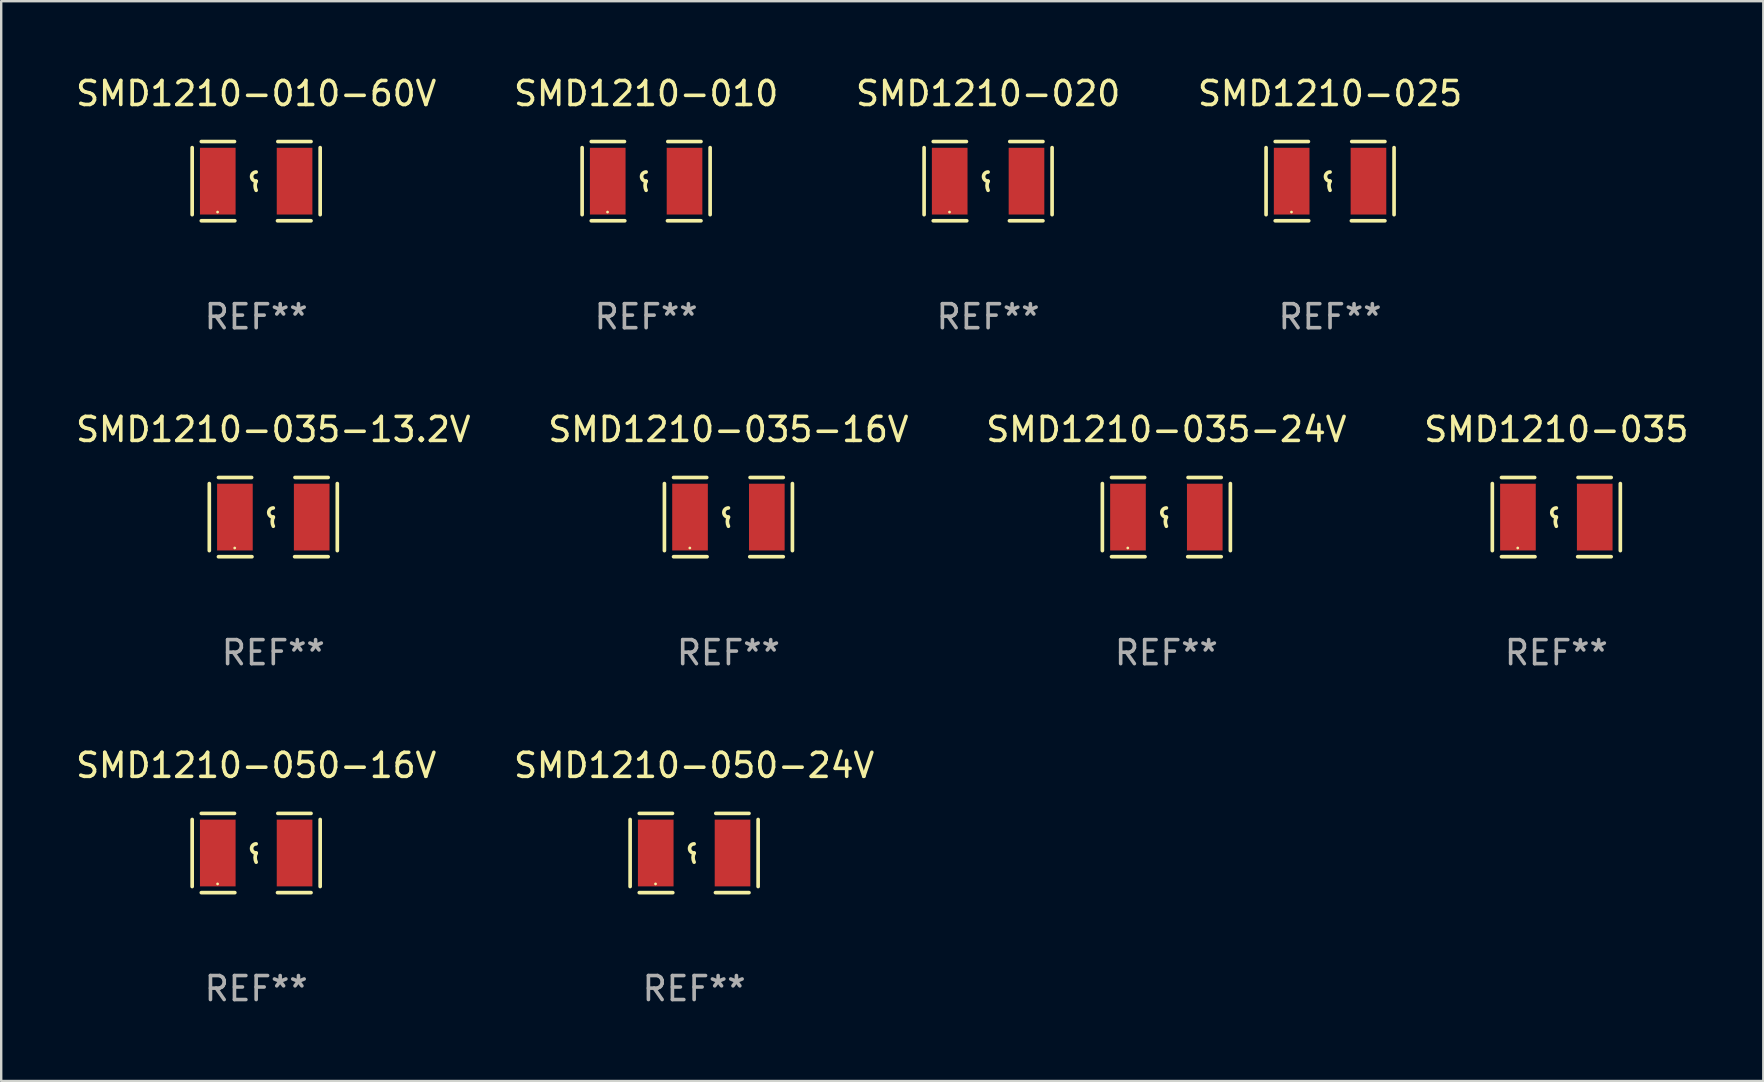
<source format=kicad_pcb>
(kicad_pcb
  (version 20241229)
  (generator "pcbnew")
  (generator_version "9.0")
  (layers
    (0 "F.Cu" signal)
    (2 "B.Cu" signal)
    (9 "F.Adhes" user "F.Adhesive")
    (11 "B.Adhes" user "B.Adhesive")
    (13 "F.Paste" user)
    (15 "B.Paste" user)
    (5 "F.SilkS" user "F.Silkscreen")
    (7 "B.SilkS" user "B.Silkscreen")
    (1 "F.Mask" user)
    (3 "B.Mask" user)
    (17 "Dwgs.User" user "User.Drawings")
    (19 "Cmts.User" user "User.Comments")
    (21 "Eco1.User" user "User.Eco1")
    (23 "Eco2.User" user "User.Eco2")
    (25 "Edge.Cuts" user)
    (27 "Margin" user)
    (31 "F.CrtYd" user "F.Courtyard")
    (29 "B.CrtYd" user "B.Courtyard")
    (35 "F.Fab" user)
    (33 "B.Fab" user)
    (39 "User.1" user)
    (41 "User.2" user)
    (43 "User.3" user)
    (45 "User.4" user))
  (footprint "SMD1210-035-24V"
    (layer "F.Cu")
    (at 45.554 18.498)
    (property "Reference" "SMD1210-035-24V" (at 0 -3.651 0) (layer "F.SilkS") (effects (font (size 1 1) (thickness 0.15))))
    (attr through_hole)
    (fp_line (start -2.667 -1.397) (end -2.667 1.397) (stroke (width 0.152) (type solid)) (layer "F.SilkS"))
    (fp_line (start -2.286 -1.651) (end -0.903 -1.651) (stroke (width 0.152) (type solid)) (layer "F.SilkS"))
    (fp_line (start -0.889 1.651) (end -2.286 1.651) (stroke (width 0.152) (type solid)) (layer "F.SilkS"))
    (fp_line (start 0.889 1.651) (end 2.286 1.651) (stroke (width 0.152) (type solid)) (layer "F.SilkS"))
    (fp_line (start 2.286 -1.651) (end 0.903 -1.651) (stroke (width 0.152) (type solid)) (layer "F.SilkS"))
    (fp_line (start 2.667 -1.397) (end 2.667 1.397) (stroke (width 0.152) (type solid)) (layer "F.SilkS"))
    (fp_arc (start 0 0) (mid -0.1905 -0.1905) (end 0 -0.381) (stroke (width 0.151994) (type solid)) (layer "F.SilkS"))
    (fp_arc (start 0 0.381001) (mid -0.044971 0.1905) (end 0 0) (stroke (width 0.151994) (type solid)) (layer "F.SilkS"))
    (fp_circle (center -1.608 1.288) (end -1.578 1.288) (stroke (width 0.06) (type solid)) (fill no) (layer "F.SilkS"))
    (fp_text user "REF**" (at 0 5.651 0) (layer "F.Fab") (effects (font (size 1 1) (thickness 0.15))))
    (pad "1" smd rect (at -1.6 0) (size 1.485 2.781) (layers "F.Cu" "F.Mask" "F.Paste"))
    (pad "2" smd rect (at 1.6 0) (size 1.485 2.781) (layers "F.Cu" "F.Mask" "F.Paste")))
  (footprint "SMD1210-035-13.2V"
    (layer "F.Cu")
    (at 8.339 18.498)
    (property "Reference" "SMD1210-035-13.2V" (at 0 -3.651 0) (layer "F.SilkS") (effects (font (size 1 1) (thickness 0.15))))
    (attr through_hole)
    (fp_line (start -2.667 -1.397) (end -2.667 1.397) (stroke (width 0.152) (type solid)) (layer "F.SilkS"))
    (fp_line (start -2.286 -1.651) (end -0.903 -1.651) (stroke (width 0.152) (type solid)) (layer "F.SilkS"))
    (fp_line (start -0.889 1.651) (end -2.286 1.651) (stroke (width 0.152) (type solid)) (layer "F.SilkS"))
    (fp_line (start 0.889 1.651) (end 2.286 1.651) (stroke (width 0.152) (type solid)) (layer "F.SilkS"))
    (fp_line (start 2.286 -1.651) (end 0.903 -1.651) (stroke (width 0.152) (type solid)) (layer "F.SilkS"))
    (fp_line (start 2.667 -1.397) (end 2.667 1.397) (stroke (width 0.152) (type solid)) (layer "F.SilkS"))
    (fp_arc (start 0 0) (mid -0.1905 -0.1905) (end 0 -0.381) (stroke (width 0.151994) (type solid)) (layer "F.SilkS"))
    (fp_arc (start 0 0.381001) (mid -0.044971 0.1905) (end 0 0) (stroke (width 0.151994) (type solid)) (layer "F.SilkS"))
    (fp_circle (center -1.608 1.288) (end -1.578 1.288) (stroke (width 0.06) (type solid)) (fill no) (layer "F.SilkS"))
    (fp_text user "REF**" (at 0 5.651 0) (layer "F.Fab") (effects (font (size 1 1) (thickness 0.15))))
    (pad "1" smd rect (at -1.6 0) (size 1.485 2.781) (layers "F.Cu" "F.Mask" "F.Paste"))
    (pad "2" smd rect (at 1.6 0) (size 1.485 2.781) (layers "F.Cu" "F.Mask" "F.Paste")))
  (footprint "SMD1210-010"
    (layer "F.Cu")
    (at 23.875 4.499)
    (property "Reference" "SMD1210-010" (at 0 -3.651 0) (layer "F.SilkS") (effects (font (size 1 1) (thickness 0.15))))
    (attr through_hole)
    (fp_line (start -2.667 -1.397) (end -2.667 1.397) (stroke (width 0.152) (type solid)) (layer "F.SilkS"))
    (fp_line (start -2.286 -1.651) (end -0.903 -1.651) (stroke (width 0.152) (type solid)) (layer "F.SilkS"))
    (fp_line (start -0.889 1.651) (end -2.286 1.651) (stroke (width 0.152) (type solid)) (layer "F.SilkS"))
    (fp_line (start 0.889 1.651) (end 2.286 1.651) (stroke (width 0.152) (type solid)) (layer "F.SilkS"))
    (fp_line (start 2.286 -1.651) (end 0.903 -1.651) (stroke (width 0.152) (type solid)) (layer "F.SilkS"))
    (fp_line (start 2.667 -1.397) (end 2.667 1.397) (stroke (width 0.152) (type solid)) (layer "F.SilkS"))
    (fp_arc (start 0 0) (mid -0.1905 -0.1905) (end 0 -0.381) (stroke (width 0.151994) (type solid)) (layer "F.SilkS"))
    (fp_arc (start 0 0.381001) (mid -0.044971 0.1905) (end 0 0) (stroke (width 0.151994) (type solid)) (layer "F.SilkS"))
    (fp_circle (center -1.608 1.288) (end -1.578 1.288) (stroke (width 0.06) (type solid)) (fill no) (layer "F.SilkS"))
    (fp_text user "REF**" (at 0 5.651 0) (layer "F.Fab") (effects (font (size 1 1) (thickness 0.15))))
    (pad "1" smd rect (at -1.6 0) (size 1.485 2.781) (layers "F.Cu" "F.Mask" "F.Paste"))
    (pad "2" smd rect (at 1.6 0) (size 1.485 2.781) (layers "F.Cu" "F.Mask" "F.Paste")))
  (footprint "SMD1210-035-16V"
    (layer "F.Cu")
    (at 27.304 18.498)
    (property "Reference" "SMD1210-035-16V" (at 0 -3.651 0) (layer "F.SilkS") (effects (font (size 1 1) (thickness 0.15))))
    (attr through_hole)
    (fp_line (start -2.667 -1.397) (end -2.667 1.397) (stroke (width 0.152) (type solid)) (layer "F.SilkS"))
    (fp_line (start -2.286 -1.651) (end -0.903 -1.651) (stroke (width 0.152) (type solid)) (layer "F.SilkS"))
    (fp_line (start -0.889 1.651) (end -2.286 1.651) (stroke (width 0.152) (type solid)) (layer "F.SilkS"))
    (fp_line (start 0.889 1.651) (end 2.286 1.651) (stroke (width 0.152) (type solid)) (layer "F.SilkS"))
    (fp_line (start 2.286 -1.651) (end 0.903 -1.651) (stroke (width 0.152) (type solid)) (layer "F.SilkS"))
    (fp_line (start 2.667 -1.397) (end 2.667 1.397) (stroke (width 0.152) (type solid)) (layer "F.SilkS"))
    (fp_arc (start 0 0) (mid -0.1905 -0.1905) (end 0 -0.381) (stroke (width 0.151994) (type solid)) (layer "F.SilkS"))
    (fp_arc (start 0 0.381001) (mid -0.044971 0.1905) (end 0 0) (stroke (width 0.151994) (type solid)) (layer "F.SilkS"))
    (fp_circle (center -1.608 1.288) (end -1.578 1.288) (stroke (width 0.06) (type solid)) (fill no) (layer "F.SilkS"))
    (fp_text user "REF**" (at 0 5.651 0) (layer "F.Fab") (effects (font (size 1 1) (thickness 0.15))))
    (pad "1" smd rect (at -1.6 0) (size 1.485 2.781) (layers "F.Cu" "F.Mask" "F.Paste"))
    (pad "2" smd rect (at 1.6 0) (size 1.485 2.781) (layers "F.Cu" "F.Mask" "F.Paste")))
  (footprint "SMD1210-025"
    (layer "F.Cu")
    (at 52.375 4.499)
    (property "Reference" "SMD1210-025" (at 0 -3.651 0) (layer "F.SilkS") (effects (font (size 1 1) (thickness 0.15))))
    (attr through_hole)
    (fp_line (start -2.667 -1.397) (end -2.667 1.397) (stroke (width 0.152) (type solid)) (layer "F.SilkS"))
    (fp_line (start -2.286 -1.651) (end -0.903 -1.651) (stroke (width 0.152) (type solid)) (layer "F.SilkS"))
    (fp_line (start -0.889 1.651) (end -2.286 1.651) (stroke (width 0.152) (type solid)) (layer "F.SilkS"))
    (fp_line (start 0.889 1.651) (end 2.286 1.651) (stroke (width 0.152) (type solid)) (layer "F.SilkS"))
    (fp_line (start 2.286 -1.651) (end 0.903 -1.651) (stroke (width 0.152) (type solid)) (layer "F.SilkS"))
    (fp_line (start 2.667 -1.397) (end 2.667 1.397) (stroke (width 0.152) (type solid)) (layer "F.SilkS"))
    (fp_arc (start 0 0) (mid -0.1905 -0.1905) (end 0 -0.381) (stroke (width 0.151994) (type solid)) (layer "F.SilkS"))
    (fp_arc (start 0 0.381001) (mid -0.044971 0.1905) (end 0 0) (stroke (width 0.151994) (type solid)) (layer "F.SilkS"))
    (fp_circle (center -1.608 1.288) (end -1.578 1.288) (stroke (width 0.06) (type solid)) (fill no) (layer "F.SilkS"))
    (fp_text user "REF**" (at 0 5.651 0) (layer "F.Fab") (effects (font (size 1 1) (thickness 0.15))))
    (pad "1" smd rect (at -1.6 0) (size 1.485 2.781) (layers "F.Cu" "F.Mask" "F.Paste"))
    (pad "2" smd rect (at 1.6 0) (size 1.485 2.781) (layers "F.Cu" "F.Mask" "F.Paste")))
  (footprint "SMD1210-050-16V"
    (layer "F.Cu")
    (at 7.625 32.496)
    (property "Reference" "SMD1210-050-16V" (at 0 -3.651 0) (layer "F.SilkS") (effects (font (size 1 1) (thickness 0.15))))
    (attr through_hole)
    (fp_line (start -2.667 -1.397) (end -2.667 1.397) (stroke (width 0.152) (type solid)) (layer "F.SilkS"))
    (fp_line (start -2.286 -1.651) (end -0.903 -1.651) (stroke (width 0.152) (type solid)) (layer "F.SilkS"))
    (fp_line (start -0.889 1.651) (end -2.286 1.651) (stroke (width 0.152) (type solid)) (layer "F.SilkS"))
    (fp_line (start 0.889 1.651) (end 2.286 1.651) (stroke (width 0.152) (type solid)) (layer "F.SilkS"))
    (fp_line (start 2.286 -1.651) (end 0.903 -1.651) (stroke (width 0.152) (type solid)) (layer "F.SilkS"))
    (fp_line (start 2.667 -1.397) (end 2.667 1.397) (stroke (width 0.152) (type solid)) (layer "F.SilkS"))
    (fp_arc (start 0 0) (mid -0.1905 -0.1905) (end 0 -0.381) (stroke (width 0.151994) (type solid)) (layer "F.SilkS"))
    (fp_arc (start 0 0.381001) (mid -0.044971 0.1905) (end 0 0) (stroke (width 0.151994) (type solid)) (layer "F.SilkS"))
    (fp_circle (center -1.608 1.288) (end -1.578 1.288) (stroke (width 0.06) (type solid)) (fill no) (layer "F.SilkS"))
    (fp_text user "REF**" (at 0 5.651 0) (layer "F.Fab") (effects (font (size 1 1) (thickness 0.15))))
    (pad "1" smd rect (at -1.6 0) (size 1.485 2.781) (layers "F.Cu" "F.Mask" "F.Paste"))
    (pad "2" smd rect (at 1.6 0) (size 1.485 2.781) (layers "F.Cu" "F.Mask" "F.Paste")))
  (footprint "SMD1210-035"
    (layer "F.Cu")
    (at 61.804 18.498)
    (property "Reference" "SMD1210-035" (at 0 -3.651 0) (layer "F.SilkS") (effects (font (size 1 1) (thickness 0.15))))
    (attr through_hole)
    (fp_line (start -2.667 -1.397) (end -2.667 1.397) (stroke (width 0.152) (type solid)) (layer "F.SilkS"))
    (fp_line (start -2.286 -1.651) (end -0.903 -1.651) (stroke (width 0.152) (type solid)) (layer "F.SilkS"))
    (fp_line (start -0.889 1.651) (end -2.286 1.651) (stroke (width 0.152) (type solid)) (layer "F.SilkS"))
    (fp_line (start 0.889 1.651) (end 2.286 1.651) (stroke (width 0.152) (type solid)) (layer "F.SilkS"))
    (fp_line (start 2.286 -1.651) (end 0.903 -1.651) (stroke (width 0.152) (type solid)) (layer "F.SilkS"))
    (fp_line (start 2.667 -1.397) (end 2.667 1.397) (stroke (width 0.152) (type solid)) (layer "F.SilkS"))
    (fp_arc (start 0 0) (mid -0.1905 -0.1905) (end 0 -0.381) (stroke (width 0.151994) (type solid)) (layer "F.SilkS"))
    (fp_arc (start 0 0.381001) (mid -0.044971 0.1905) (end 0 0) (stroke (width 0.151994) (type solid)) (layer "F.SilkS"))
    (fp_circle (center -1.608 1.288) (end -1.578 1.288) (stroke (width 0.06) (type solid)) (fill no) (layer "F.SilkS"))
    (fp_text user "REF**" (at 0 5.651 0) (layer "F.Fab") (effects (font (size 1 1) (thickness 0.15))))
    (pad "1" smd rect (at -1.6 0) (size 1.485 2.781) (layers "F.Cu" "F.Mask" "F.Paste"))
    (pad "2" smd rect (at 1.6 0) (size 1.485 2.781) (layers "F.Cu" "F.Mask" "F.Paste")))
  (footprint "SMD1210-050-24V"
    (layer "F.Cu")
    (at 25.875 32.496)
    (property "Reference" "SMD1210-050-24V" (at 0 -3.651 0) (layer "F.SilkS") (effects (font (size 1 1) (thickness 0.15))))
    (attr through_hole)
    (fp_line (start -2.667 -1.397) (end -2.667 1.397) (stroke (width 0.152) (type solid)) (layer "F.SilkS"))
    (fp_line (start -2.286 -1.651) (end -0.903 -1.651) (stroke (width 0.152) (type solid)) (layer "F.SilkS"))
    (fp_line (start -0.889 1.651) (end -2.286 1.651) (stroke (width 0.152) (type solid)) (layer "F.SilkS"))
    (fp_line (start 0.889 1.651) (end 2.286 1.651) (stroke (width 0.152) (type solid)) (layer "F.SilkS"))
    (fp_line (start 2.286 -1.651) (end 0.903 -1.651) (stroke (width 0.152) (type solid)) (layer "F.SilkS"))
    (fp_line (start 2.667 -1.397) (end 2.667 1.397) (stroke (width 0.152) (type solid)) (layer "F.SilkS"))
    (fp_arc (start 0 0) (mid -0.1905 -0.1905) (end 0 -0.381) (stroke (width 0.151994) (type solid)) (layer "F.SilkS"))
    (fp_arc (start 0 0.381001) (mid -0.044971 0.1905) (end 0 0) (stroke (width 0.151994) (type solid)) (layer "F.SilkS"))
    (fp_circle (center -1.608 1.288) (end -1.578 1.288) (stroke (width 0.06) (type solid)) (fill no) (layer "F.SilkS"))
    (fp_text user "REF**" (at 0 5.651 0) (layer "F.Fab") (effects (font (size 1 1) (thickness 0.15))))
    (pad "1" smd rect (at -1.6 0) (size 1.485 2.781) (layers "F.Cu" "F.Mask" "F.Paste"))
    (pad "2" smd rect (at 1.6 0) (size 1.485 2.781) (layers "F.Cu" "F.Mask" "F.Paste")))
  (footprint "SMD1210-010-60V"
    (layer "F.Cu")
    (at 7.625 4.499)
    (property "Reference" "SMD1210-010-60V" (at 0 -3.651 0) (layer "F.SilkS") (effects (font (size 1 1) (thickness 0.15))))
    (attr through_hole)
    (fp_line (start -2.667 -1.397) (end -2.667 1.397) (stroke (width 0.152) (type solid)) (layer "F.SilkS"))
    (fp_line (start -2.286 -1.651) (end -0.903 -1.651) (stroke (width 0.152) (type solid)) (layer "F.SilkS"))
    (fp_line (start -0.889 1.651) (end -2.286 1.651) (stroke (width 0.152) (type solid)) (layer "F.SilkS"))
    (fp_line (start 0.889 1.651) (end 2.286 1.651) (stroke (width 0.152) (type solid)) (layer "F.SilkS"))
    (fp_line (start 2.286 -1.651) (end 0.903 -1.651) (stroke (width 0.152) (type solid)) (layer "F.SilkS"))
    (fp_line (start 2.667 -1.397) (end 2.667 1.397) (stroke (width 0.152) (type solid)) (layer "F.SilkS"))
    (fp_arc (start 0 0) (mid -0.1905 -0.1905) (end 0 -0.381) (stroke (width 0.151994) (type solid)) (layer "F.SilkS"))
    (fp_arc (start 0 0.381001) (mid -0.044971 0.1905) (end 0 0) (stroke (width 0.151994) (type solid)) (layer "F.SilkS"))
    (fp_circle (center -1.608 1.288) (end -1.578 1.288) (stroke (width 0.06) (type solid)) (fill no) (layer "F.SilkS"))
    (fp_text user "REF**" (at 0 5.651 0) (layer "F.Fab") (effects (font (size 1 1) (thickness 0.15))))
    (pad "1" smd rect (at -1.6 0) (size 1.485 2.781) (layers "F.Cu" "F.Mask" "F.Paste"))
    (pad "2" smd rect (at 1.6 0) (size 1.485 2.781) (layers "F.Cu" "F.Mask" "F.Paste")))
  (footprint "SMD1210-020"
    (layer "F.Cu")
    (at 38.125 4.499)
    (property "Reference" "SMD1210-020" (at 0 -3.651 0) (layer "F.SilkS") (effects (font (size 1 1) (thickness 0.15))))
    (attr through_hole)
    (fp_line (start -2.667 -1.397) (end -2.667 1.397) (stroke (width 0.152) (type solid)) (layer "F.SilkS"))
    (fp_line (start -2.286 -1.651) (end -0.903 -1.651) (stroke (width 0.152) (type solid)) (layer "F.SilkS"))
    (fp_line (start -0.889 1.651) (end -2.286 1.651) (stroke (width 0.152) (type solid)) (layer "F.SilkS"))
    (fp_line (start 0.889 1.651) (end 2.286 1.651) (stroke (width 0.152) (type solid)) (layer "F.SilkS"))
    (fp_line (start 2.286 -1.651) (end 0.903 -1.651) (stroke (width 0.152) (type solid)) (layer "F.SilkS"))
    (fp_line (start 2.667 -1.397) (end 2.667 1.397) (stroke (width 0.152) (type solid)) (layer "F.SilkS"))
    (fp_arc (start 0 0) (mid -0.1905 -0.1905) (end 0 -0.381) (stroke (width 0.151994) (type solid)) (layer "F.SilkS"))
    (fp_arc (start 0 0.381001) (mid -0.044971 0.1905) (end 0 0) (stroke (width 0.151994) (type solid)) (layer "F.SilkS"))
    (fp_circle (center -1.608 1.288) (end -1.578 1.288) (stroke (width 0.06) (type solid)) (fill no) (layer "F.SilkS"))
    (fp_text user "REF**" (at 0 5.651 0) (layer "F.Fab") (effects (font (size 1 1) (thickness 0.15))))
    (pad "1" smd rect (at -1.6 0) (size 1.485 2.781) (layers "F.Cu" "F.Mask" "F.Paste"))
    (pad "2" smd rect (at 1.6 0) (size 1.485 2.781) (layers "F.Cu" "F.Mask" "F.Paste")))
  (gr_rect
    (start -3 -3)
    (end 70.429 41.996)
    (stroke (width 0.1) (type default))
    (fill no)
    (layer "Edge.Cuts")))
</source>
